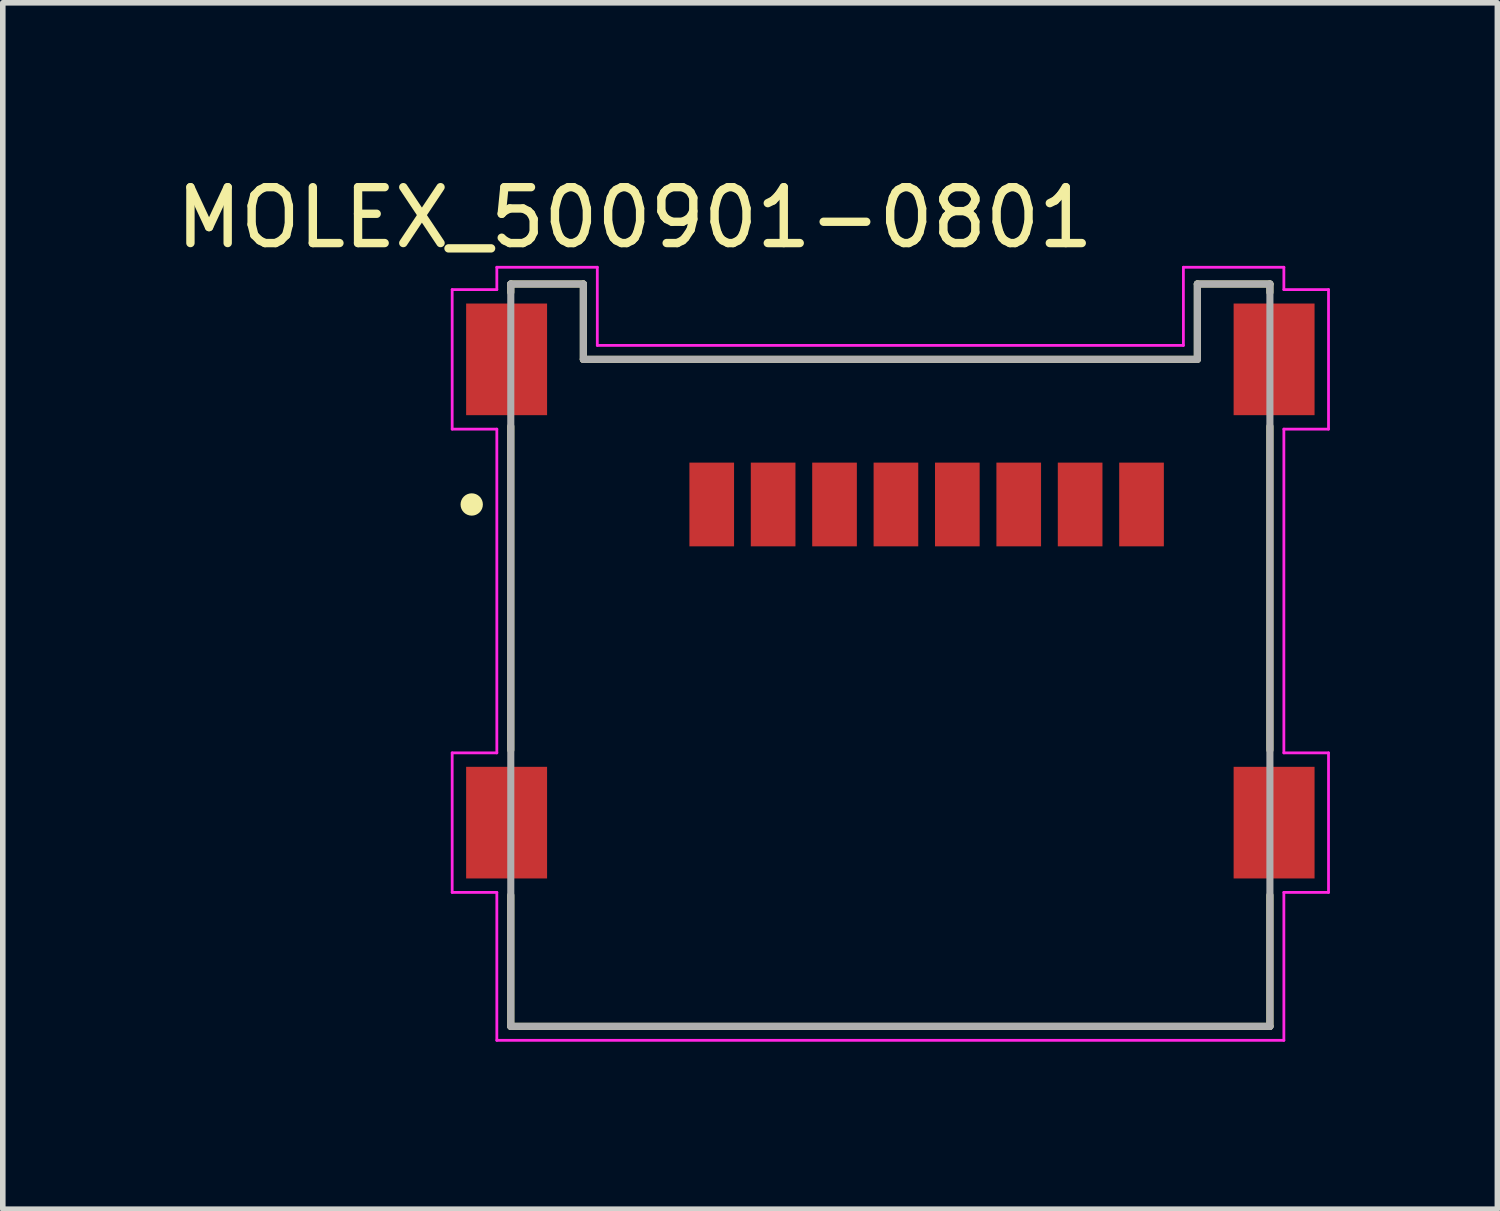
<source format=kicad_pcb>
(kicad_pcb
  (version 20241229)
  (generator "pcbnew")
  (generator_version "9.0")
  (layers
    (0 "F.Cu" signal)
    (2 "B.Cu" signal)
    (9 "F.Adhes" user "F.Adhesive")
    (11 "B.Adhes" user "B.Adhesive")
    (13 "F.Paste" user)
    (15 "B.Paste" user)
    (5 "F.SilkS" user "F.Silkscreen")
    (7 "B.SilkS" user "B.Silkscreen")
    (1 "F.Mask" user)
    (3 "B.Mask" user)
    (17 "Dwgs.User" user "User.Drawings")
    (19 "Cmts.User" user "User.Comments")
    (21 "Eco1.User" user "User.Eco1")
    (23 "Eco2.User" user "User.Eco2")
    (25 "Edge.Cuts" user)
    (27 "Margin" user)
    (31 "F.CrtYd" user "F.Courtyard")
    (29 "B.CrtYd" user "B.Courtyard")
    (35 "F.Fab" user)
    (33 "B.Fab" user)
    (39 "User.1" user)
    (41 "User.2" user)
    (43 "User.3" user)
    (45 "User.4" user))
  (footprint "MOLEX_500901-0801"
    (layer "F.Cu")
    (at 12.901 5.988)
    (property "Reference" "MOLEX_500901-0801" (at -4.579 -5.139 0) (layer "F.SilkS") (effects (font (size 1.001 1.001) (thickness 0.15))))
    (attr through_hole)
    (fp_line (start -6.8 -3.95) (end -5.5 -3.95) (stroke (width 0.127) (type solid)) (layer "F.SilkS"))
    (fp_line (start -6.8 -3.8) (end -6.8 -3.95) (stroke (width 0.127) (type solid)) (layer "F.SilkS"))
    (fp_line (start -6.8 -1.4) (end -6.8 4.4) (stroke (width 0.127) (type solid)) (layer "F.SilkS"))
    (fp_line (start -6.8 7) (end -6.8 9.35) (stroke (width 0.127) (type solid)) (layer "F.SilkS"))
    (fp_line (start -6.8 9.35) (end 6.8 9.35) (stroke (width 0.127) (type solid)) (layer "F.SilkS"))
    (fp_line (start -5.5 -3.95) (end -5.5 -2.6) (stroke (width 0.127) (type solid)) (layer "F.SilkS"))
    (fp_line (start -5.5 -2.6) (end 5.5 -2.6) (stroke (width 0.127) (type solid)) (layer "F.SilkS"))
    (fp_line (start 5.5 -3.95) (end 6.8 -3.95) (stroke (width 0.127) (type solid)) (layer "F.SilkS"))
    (fp_line (start 5.5 -2.6) (end 5.5 -3.95) (stroke (width 0.127) (type solid)) (layer "F.SilkS"))
    (fp_line (start 6.8 -3.95) (end 6.8 -3.8) (stroke (width 0.127) (type solid)) (layer "F.SilkS"))
    (fp_line (start 6.8 4.4) (end 6.8 -1.4) (stroke (width 0.127) (type solid)) (layer "F.SilkS"))
    (fp_line (start 6.8 9.35) (end 6.8 7) (stroke (width 0.127) (type solid)) (layer "F.SilkS"))
    (fp_circle (center -7.5 0) (end -7.4 0) (stroke (width 0.2) (type solid)) (fill no) (layer "F.SilkS"))
    (fp_line (start -7.85 -3.85) (end -7.05 -3.85) (stroke (width 0.05) (type solid)) (layer "F.CrtYd"))
    (fp_line (start -7.85 -1.35) (end -7.85 -3.85) (stroke (width 0.05) (type solid)) (layer "F.CrtYd"))
    (fp_line (start -7.85 4.45) (end -7.05 4.45) (stroke (width 0.05) (type solid)) (layer "F.CrtYd"))
    (fp_line (start -7.85 6.95) (end -7.85 4.45) (stroke (width 0.05) (type solid)) (layer "F.CrtYd"))
    (fp_line (start -7.05 -4.25) (end -5.25 -4.25) (stroke (width 0.05) (type solid)) (layer "F.CrtYd"))
    (fp_line (start -7.05 -3.85) (end -7.05 -4.25) (stroke (width 0.05) (type solid)) (layer "F.CrtYd"))
    (fp_line (start -7.05 -1.35) (end -7.85 -1.35) (stroke (width 0.05) (type solid)) (layer "F.CrtYd"))
    (fp_line (start -7.05 4.45) (end -7.05 -1.35) (stroke (width 0.05) (type solid)) (layer "F.CrtYd"))
    (fp_line (start -7.05 6.95) (end -7.85 6.95) (stroke (width 0.05) (type solid)) (layer "F.CrtYd"))
    (fp_line (start -7.05 9.6) (end -7.05 6.95) (stroke (width 0.05) (type solid)) (layer "F.CrtYd"))
    (fp_line (start -5.25 -4.25) (end -5.25 -2.85) (stroke (width 0.05) (type solid)) (layer "F.CrtYd"))
    (fp_line (start -5.25 -2.85) (end 5.25 -2.85) (stroke (width 0.05) (type solid)) (layer "F.CrtYd"))
    (fp_line (start 5.25 -4.25) (end 7.05 -4.25) (stroke (width 0.05) (type solid)) (layer "F.CrtYd"))
    (fp_line (start 5.25 -2.85) (end 5.25 -4.25) (stroke (width 0.05) (type solid)) (layer "F.CrtYd"))
    (fp_line (start 7.05 -4.25) (end 7.05 -3.85) (stroke (width 0.05) (type solid)) (layer "F.CrtYd"))
    (fp_line (start 7.05 -3.85) (end 7.85 -3.85) (stroke (width 0.05) (type solid)) (layer "F.CrtYd"))
    (fp_line (start 7.05 -1.35) (end 7.05 4.45) (stroke (width 0.05) (type solid)) (layer "F.CrtYd"))
    (fp_line (start 7.05 4.45) (end 7.85 4.45) (stroke (width 0.05) (type solid)) (layer "F.CrtYd"))
    (fp_line (start 7.05 6.95) (end 7.05 9.6) (stroke (width 0.05) (type solid)) (layer "F.CrtYd"))
    (fp_line (start 7.05 9.6) (end -7.05 9.6) (stroke (width 0.05) (type solid)) (layer "F.CrtYd"))
    (fp_line (start 7.85 -3.85) (end 7.85 -1.35) (stroke (width 0.05) (type solid)) (layer "F.CrtYd"))
    (fp_line (start 7.85 -1.35) (end 7.05 -1.35) (stroke (width 0.05) (type solid)) (layer "F.CrtYd"))
    (fp_line (start 7.85 4.45) (end 7.85 6.95) (stroke (width 0.05) (type solid)) (layer "F.CrtYd"))
    (fp_line (start 7.85 6.95) (end 7.05 6.95) (stroke (width 0.05) (type solid)) (layer "F.CrtYd"))
    (fp_line (start -6.8 -3.95) (end -5.5 -3.95) (stroke (width 0.127) (type solid)) (layer "F.Fab"))
    (fp_line (start -6.8 9.35) (end -6.8 -3.95) (stroke (width 0.127) (type solid)) (layer "F.Fab"))
    (fp_line (start -5.5 -3.95) (end -5.5 -2.6) (stroke (width 0.127) (type solid)) (layer "F.Fab"))
    (fp_line (start -5.5 -2.6) (end 5.5 -2.6) (stroke (width 0.127) (type solid)) (layer "F.Fab"))
    (fp_line (start 5.5 -3.95) (end 6.8 -3.95) (stroke (width 0.127) (type solid)) (layer "F.Fab"))
    (fp_line (start 5.5 -2.6) (end 5.5 -3.95) (stroke (width 0.127) (type solid)) (layer "F.Fab"))
    (fp_line (start 6.8 -3.95) (end 6.8 9.35) (stroke (width 0.127) (type solid)) (layer "F.Fab"))
    (fp_line (start 6.8 9.35) (end -6.8 9.35) (stroke (width 0.127) (type solid)) (layer "F.Fab"))
    (pad "1" smd rect (at -3.2 0 90) (size 1.5 0.8) (layers "F.Cu" "F.Mask" "F.Paste"))
    (pad "2" smd rect (at -2.1 0 90) (size 1.5 0.8) (layers "F.Cu" "F.Mask" "F.Paste"))
    (pad "3" smd rect (at -1 0 90) (size 1.5 0.8) (layers "F.Cu" "F.Mask" "F.Paste"))
    (pad "4" smd rect (at 0.1 0 90) (size 1.5 0.8) (layers "F.Cu" "F.Mask" "F.Paste"))
    (pad "5" smd rect (at 1.2 0 90) (size 1.5 0.8) (layers "F.Cu" "F.Mask" "F.Paste"))
    (pad "6" smd rect (at 2.3 0 90) (size 1.5 0.8) (layers "F.Cu" "F.Mask" "F.Paste"))
    (pad "7" smd rect (at 3.4 0 90) (size 1.5 0.8) (layers "F.Cu" "F.Mask" "F.Paste"))
    (pad "8" smd rect (at 4.5 0 90) (size 1.5 0.8) (layers "F.Cu" "F.Mask" "F.Paste"))
    (pad "SH1" smd rect (at -6.875 -2.6 90) (size 2 1.45) (layers "F.Cu" "F.Mask" "F.Paste"))
    (pad "SH2" smd rect (at 6.875 -2.6 90) (size 2 1.45) (layers "F.Cu" "F.Mask" "F.Paste"))
    (pad "SH3" smd rect (at -6.875 5.7 90) (size 2 1.45) (layers "F.Cu" "F.Mask" "F.Paste"))
    (pad "SH4" smd rect (at 6.875 5.7 90) (size 2 1.45) (layers "F.Cu" "F.Mask" "F.Paste")))
  (gr_rect
    (start -3 -3)
    (end 23.776 18.613)
    (stroke (width 0.1) (type default))
    (fill no)
    (layer "Edge.Cuts")))
</source>
